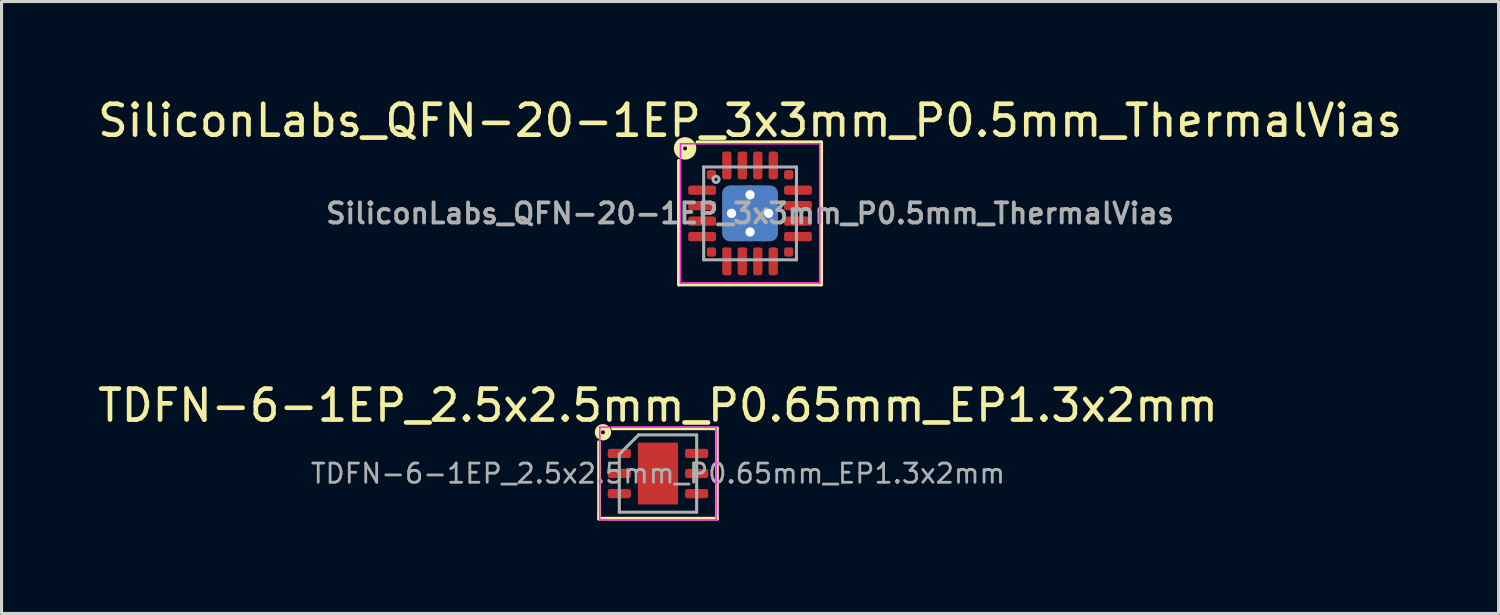
<source format=kicad_pcb>
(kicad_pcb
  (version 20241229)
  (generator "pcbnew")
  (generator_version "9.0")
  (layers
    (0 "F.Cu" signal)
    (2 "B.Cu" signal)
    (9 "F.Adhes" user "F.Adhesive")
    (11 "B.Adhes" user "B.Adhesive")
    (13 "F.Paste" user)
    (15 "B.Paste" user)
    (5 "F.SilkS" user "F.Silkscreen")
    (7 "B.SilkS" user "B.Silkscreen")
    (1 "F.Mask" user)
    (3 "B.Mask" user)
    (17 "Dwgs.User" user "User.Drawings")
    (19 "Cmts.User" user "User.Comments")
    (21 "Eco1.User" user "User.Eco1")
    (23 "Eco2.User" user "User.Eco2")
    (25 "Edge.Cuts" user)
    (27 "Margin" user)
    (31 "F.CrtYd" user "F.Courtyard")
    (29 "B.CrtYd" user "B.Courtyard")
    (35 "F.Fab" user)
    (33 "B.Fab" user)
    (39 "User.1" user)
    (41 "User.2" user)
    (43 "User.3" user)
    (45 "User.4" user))
  (footprint "SiliconLabs_QFN-20-1EP_3x3mm_P0.5mm_ThermalVias"
    (layer "F.Cu")
    (at 21.196 3.848)
    (property "Reference" "SiliconLabs_QFN-20-1EP_3x3mm_P0.5mm_ThermalVias" (at 0 -3 0) (layer "F.SilkS") (effects (font (size 1 1) (thickness 0.15))))
    (attr smd)
    (fp_line (start -2.3 2.3) (end -2.3 -1.7) (stroke (width 0.12) (type solid)) (layer "F.SilkS"))
    (fp_line (start -1.7 -2.3) (end 2.3 -2.3) (stroke (width 0.12) (type solid)) (layer "F.SilkS"))
    (fp_line (start 2.3 -2.3) (end 2.3 2.3) (stroke (width 0.12) (type solid)) (layer "F.SilkS"))
    (fp_line (start 2.3 2.3) (end -2.3 2.3) (stroke (width 0.12) (type solid)) (layer "F.SilkS"))
    (fp_circle (center -2.1 -2.1) (end -2.037 -2.1) (stroke (width 0.3) (type solid)) (fill no) (layer "F.SilkS"))
    (fp_line (start -2.25 -2.25) (end -2.25 2.25) (stroke (width 0.05) (type solid)) (layer "F.CrtYd"))
    (fp_line (start -2.25 2.25) (end 2.25 2.25) (stroke (width 0.05) (type solid)) (layer "F.CrtYd"))
    (fp_line (start 2.25 -2.25) (end -2.25 -2.25) (stroke (width 0.05) (type solid)) (layer "F.CrtYd"))
    (fp_line (start 2.25 2.25) (end 2.25 -2.25) (stroke (width 0.05) (type solid)) (layer "F.CrtYd"))
    (fp_line (start -1.5 -1.5) (end 1.5 -1.5) (stroke (width 0.1) (type solid)) (layer "F.Fab"))
    (fp_line (start -1.5 1.5) (end -1.5 -1.5) (stroke (width 0.1) (type solid)) (layer "F.Fab"))
    (fp_line (start 1.5 -1.5) (end 1.5 1.5) (stroke (width 0.1) (type solid)) (layer "F.Fab"))
    (fp_line (start 1.5 1.5) (end -1.5 1.5) (stroke (width 0.1) (type solid)) (layer "F.Fab"))
    (fp_circle (center -1.1 -1.1) (end -1 -1.1) (stroke (width 0.1) (type solid)) (fill no) (layer "F.Fab"))
    (fp_text user "${REFERENCE}" (at 0 0 0) (layer "F.Fab") (effects (font (size 0.65 0.65) (thickness 0.125))))
    (pad "" smd roundrect (at -0.45 -0.45) (size 0.7 0.7) (layers "F.Paste") (roundrect_rratio 0.25))
    (pad "" smd roundrect (at -0.45 0.45) (size 0.7 0.7) (layers "F.Paste") (roundrect_rratio 0.25))
    (pad "" smd roundrect (at 0.45 -0.45) (size 0.7 0.7) (layers "F.Paste") (roundrect_rratio 0.25))
    (pad "" smd roundrect (at 0.45 0.45) (size 0.7 0.7) (layers "F.Paste") (roundrect_rratio 0.25))
    (pad "1" smd roundrect (at -1.25 -1.25) (size 0.3 0.3) (layers "F.Cu" "F.Mask" "F.Paste") (roundrect_rratio 0.25))
    (pad "2" smd roundrect (at -1.55 -0.75) (size 0.9 0.3) (layers "F.Cu" "F.Mask" "F.Paste") (roundrect_rratio 0.25))
    (pad "3" smd roundrect (at -1.55 -0.25) (size 0.9 0.3) (layers "F.Cu" "F.Mask" "F.Paste") (roundrect_rratio 0.25))
    (pad "4" smd roundrect (at -1.55 0.25) (size 0.9 0.3) (layers "F.Cu" "F.Mask" "F.Paste") (roundrect_rratio 0.25))
    (pad "5" smd roundrect (at -1.55 0.75) (size 0.9 0.3) (layers "F.Cu" "F.Mask" "F.Paste") (roundrect_rratio 0.25))
    (pad "6" smd roundrect (at -1.25 1.25) (size 0.3 0.3) (layers "F.Cu" "F.Mask" "F.Paste") (roundrect_rratio 0.25))
    (pad "7" smd roundrect (at -0.75 1.55 90) (size 0.9 0.3) (layers "F.Cu" "F.Mask" "F.Paste") (roundrect_rratio 0.25))
    (pad "8" smd roundrect (at -0.25 1.55 90) (size 0.9 0.3) (layers "F.Cu" "F.Mask" "F.Paste") (roundrect_rratio 0.25))
    (pad "9" smd roundrect (at 0.25 1.55 90) (size 0.9 0.3) (layers "F.Cu" "F.Mask" "F.Paste") (roundrect_rratio 0.25))
    (pad "10" smd roundrect (at 0.75 1.55 90) (size 0.9 0.3) (layers "F.Cu" "F.Mask" "F.Paste") (roundrect_rratio 0.25))
    (pad "11" smd roundrect (at 1.25 1.25) (size 0.3 0.3) (layers "F.Cu" "F.Mask" "F.Paste") (roundrect_rratio 0.25))
    (pad "12" smd roundrect (at 1.55 0.75) (size 0.9 0.3) (layers "F.Cu" "F.Mask" "F.Paste") (roundrect_rratio 0.25))
    (pad "13" smd roundrect (at 1.55 0.25) (size 0.9 0.3) (layers "F.Cu" "F.Mask" "F.Paste") (roundrect_rratio 0.25))
    (pad "14" smd roundrect (at 1.55 -0.25) (size 0.9 0.3) (layers "F.Cu" "F.Mask" "F.Paste") (roundrect_rratio 0.25))
    (pad "15" smd roundrect (at 1.55 -0.75) (size 0.9 0.3) (layers "F.Cu" "F.Mask" "F.Paste") (roundrect_rratio 0.25))
    (pad "16" smd roundrect (at 1.25 -1.25) (size 0.3 0.3) (layers "F.Cu" "F.Mask" "F.Paste") (roundrect_rratio 0.25))
    (pad "17" smd roundrect (at 0.75 -1.55 90) (size 0.9 0.3) (layers "F.Cu" "F.Mask" "F.Paste") (roundrect_rratio 0.25))
    (pad "18" smd roundrect (at 0.25 -1.55 90) (size 0.9 0.3) (layers "F.Cu" "F.Mask" "F.Paste") (roundrect_rratio 0.25))
    (pad "19" smd roundrect (at -0.25 -1.55 90) (size 0.9 0.3) (layers "F.Cu" "F.Mask" "F.Paste") (roundrect_rratio 0.25))
    (pad "20" smd roundrect (at -0.75 -1.55 90) (size 0.9 0.3) (layers "F.Cu" "F.Mask" "F.Paste") (roundrect_rratio 0.25))
    (pad "21" thru_hole circle (at -0.6 0) (size 0.6 0.6) (drill 0.3) (property pad_prop_heatsink) (layers "*.Cu"))
    (pad "21" thru_hole circle (at 0 -0.6) (size 0.6 0.6) (drill 0.3) (property pad_prop_heatsink) (layers "*.Cu"))
    (pad "21" smd roundrect (at 0 0) (size 1.8 1.8) (layers "F.Cu" "F.Mask") (roundrect_rratio 0.139))
    (pad "21" smd roundrect (at 0 0) (size 1.8 1.8) (layers "B.Cu" "B.Mask") (roundrect_rratio 0.139))
    (pad "21" thru_hole circle (at 0 0.6) (size 0.6 0.6) (drill 0.3) (property pad_prop_heatsink) (layers "*.Cu"))
    (pad "21" thru_hole circle (at 0.6 0) (size 0.6 0.6) (drill 0.3) (property pad_prop_heatsink) (layers "*.Cu")))
  (footprint "TDFN-6-1EP_2.5x2.5mm_P0.65mm_EP1.3x2mm"
    (layer "F.Cu")
    (at 18.22 12.257)
    (property "Reference" "TDFN-6-1EP_2.5x2.5mm_P0.65mm_EP1.3x2mm" (at 0 -2.2 0) (layer "F.SilkS") (effects (font (size 1 1) (thickness 0.15))))
    (attr smd)
    (fp_line (start -1.905 -1.016) (end -1.905 1.46) (stroke (width 0.12) (type solid)) (layer "F.SilkS"))
    (fp_line (start -1.905 1.46) (end 1.905 1.46) (stroke (width 0.12) (type solid)) (layer "F.SilkS"))
    (fp_line (start 1.905 -1.46) (end -1.46 -1.46) (stroke (width 0.12) (type solid)) (layer "F.SilkS"))
    (fp_line (start 1.905 1.46) (end 1.905 -1.46) (stroke (width 0.12) (type solid)) (layer "F.SilkS"))
    (fp_circle (center -1.778 -1.333) (end -1.714 -1.333) (stroke (width 0.2) (type solid)) (fill no) (layer "F.SilkS"))
    (fp_line (start -1.88 -1.5) (end -1.88 1.5) (stroke (width 0.05) (type solid)) (layer "F.CrtYd"))
    (fp_line (start -1.88 1.5) (end 1.88 1.5) (stroke (width 0.05) (type solid)) (layer "F.CrtYd"))
    (fp_line (start 1.88 -1.5) (end -1.88 -1.5) (stroke (width 0.05) (type solid)) (layer "F.CrtYd"))
    (fp_line (start 1.88 1.5) (end 1.88 -1.5) (stroke (width 0.05) (type solid)) (layer "F.CrtYd"))
    (fp_line (start -1.25 -0.625) (end -0.625 -1.25) (stroke (width 0.1) (type solid)) (layer "F.Fab"))
    (fp_line (start -1.25 1.25) (end -1.25 -0.625) (stroke (width 0.1) (type solid)) (layer "F.Fab"))
    (fp_line (start -0.625 -1.25) (end 1.25 -1.25) (stroke (width 0.1) (type solid)) (layer "F.Fab"))
    (fp_line (start 1.25 -1.25) (end 1.25 1.25) (stroke (width 0.1) (type solid)) (layer "F.Fab"))
    (fp_line (start 1.25 1.25) (end -1.25 1.25) (stroke (width 0.1) (type solid)) (layer "F.Fab"))
    (fp_text user "${REFERENCE}" (at 0 0 0) (layer "F.Fab") (effects (font (size 0.62 0.62) (thickness 0.09))))
    (pad "" smd roundrect (at -0.325 -0.5) (size 0.52 0.81) (layers "F.Paste") (roundrect_rratio 0.25))
    (pad "" smd roundrect (at -0.325 0.5) (size 0.52 0.81) (layers "F.Paste") (roundrect_rratio 0.25))
    (pad "" smd roundrect (at 0.325 -0.5) (size 0.52 0.81) (layers "F.Paste") (roundrect_rratio 0.25))
    (pad "" smd roundrect (at 0.325 0.5) (size 0.52 0.81) (layers "F.Paste") (roundrect_rratio 0.25))
    (pad "1" smd roundrect (at -1.25 -0.65) (size 0.75 0.3) (layers "F.Cu" "F.Mask" "F.Paste") (roundrect_rratio 0.25))
    (pad "2" smd roundrect (at -1.25 0) (size 0.75 0.3) (layers "F.Cu" "F.Mask" "F.Paste") (roundrect_rratio 0.25))
    (pad "3" smd roundrect (at -1.25 0.65) (size 0.75 0.3) (layers "F.Cu" "F.Mask" "F.Paste") (roundrect_rratio 0.25))
    (pad "4" smd roundrect (at 1.25 0.65) (size 0.75 0.3) (layers "F.Cu" "F.Mask" "F.Paste") (roundrect_rratio 0.25))
    (pad "5" smd roundrect (at 1.25 0) (size 0.75 0.3) (layers "F.Cu" "F.Mask" "F.Paste") (roundrect_rratio 0.25))
    (pad "6" smd roundrect (at 1.25 -0.65) (size 0.75 0.3) (layers "F.Cu" "F.Mask" "F.Paste") (roundrect_rratio 0.25))
    (pad "7" smd rect (at 0 0) (size 1.3 2) (layers "F.Cu" "F.Mask")))
  (gr_rect
    (start -3 -3)
    (end 45.393 16.782)
    (stroke (width 0.1) (type default))
    (fill no)
    (layer "Edge.Cuts")))
</source>
